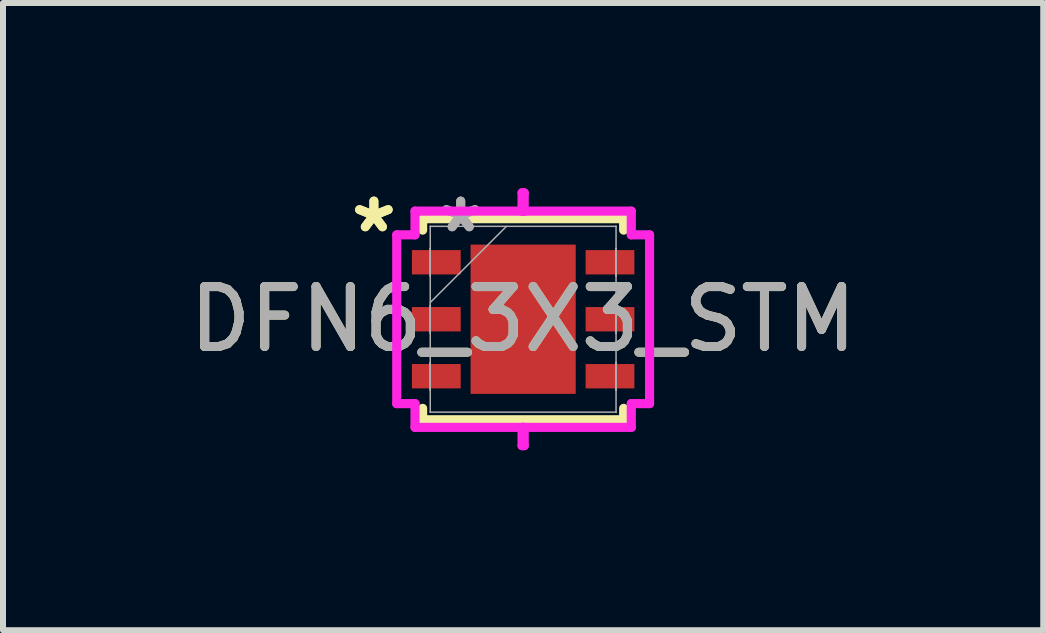
<source format=kicad_pcb>
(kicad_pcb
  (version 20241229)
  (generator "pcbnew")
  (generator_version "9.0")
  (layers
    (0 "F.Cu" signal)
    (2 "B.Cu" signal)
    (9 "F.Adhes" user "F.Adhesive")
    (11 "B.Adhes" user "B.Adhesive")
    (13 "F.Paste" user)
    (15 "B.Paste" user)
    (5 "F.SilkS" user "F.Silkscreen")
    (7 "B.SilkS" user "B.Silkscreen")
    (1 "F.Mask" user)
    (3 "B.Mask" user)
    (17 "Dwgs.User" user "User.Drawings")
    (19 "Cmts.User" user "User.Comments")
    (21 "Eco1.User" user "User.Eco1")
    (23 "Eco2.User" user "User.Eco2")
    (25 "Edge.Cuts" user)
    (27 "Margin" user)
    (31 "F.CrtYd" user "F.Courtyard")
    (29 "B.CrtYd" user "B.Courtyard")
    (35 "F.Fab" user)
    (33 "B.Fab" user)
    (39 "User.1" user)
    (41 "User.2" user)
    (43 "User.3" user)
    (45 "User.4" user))
  (footprint "DFN6_3X3_STM"
    (layer "F.Cu")
    (at 5.673 2.273)
    (property "Reference" "DFN6_3X3_STM" (at 0 0 0) (unlocked yes) (layer "F.SilkS") (effects (font (size 1 1) (thickness 0.15))))
    (attr smd)
    (fp_line (start -1.676 -1.676) (end -1.676 -1.486) (stroke (width 0.152) (type solid)) (layer "F.SilkS"))
    (fp_line (start -1.676 1.486) (end -1.676 1.676) (stroke (width 0.152) (type solid)) (layer "F.SilkS"))
    (fp_line (start -1.676 1.676) (end 1.676 1.676) (stroke (width 0.152) (type solid)) (layer "F.SilkS"))
    (fp_line (start 1.676 -1.676) (end -1.676 -1.676) (stroke (width 0.152) (type solid)) (layer "F.SilkS"))
    (fp_line (start 1.676 -1.486) (end 1.676 -1.676) (stroke (width 0.152) (type solid)) (layer "F.SilkS"))
    (fp_line (start 1.676 1.676) (end 1.676 1.486) (stroke (width 0.152) (type solid)) (layer "F.SilkS"))
    (fp_line (start -2.108 -1.407) (end -1.803 -1.407) (stroke (width 0.152) (type solid)) (layer "F.CrtYd"))
    (fp_line (start -2.108 1.407) (end -2.108 -1.407) (stroke (width 0.152) (type solid)) (layer "F.CrtYd"))
    (fp_line (start -1.803 -1.803) (end 0.018 -1.803) (stroke (width 0.152) (type solid)) (layer "F.CrtYd"))
    (fp_line (start -1.803 -1.407) (end -1.803 -1.803) (stroke (width 0.152) (type solid)) (layer "F.CrtYd"))
    (fp_line (start -1.803 1.407) (end -2.108 1.407) (stroke (width 0.152) (type solid)) (layer "F.CrtYd"))
    (fp_line (start -1.803 1.803) (end -1.803 1.407) (stroke (width 0.152) (type solid)) (layer "F.CrtYd"))
    (fp_line (start -0.018 -2.108) (end -0.018 -1.803) (stroke (width 0.152) (type solid)) (layer "F.CrtYd"))
    (fp_line (start -0.018 -1.803) (end 1.803 -1.803) (stroke (width 0.152) (type solid)) (layer "F.CrtYd"))
    (fp_line (start -0.018 1.803) (end -0.018 2.108) (stroke (width 0.152) (type solid)) (layer "F.CrtYd"))
    (fp_line (start -0.018 2.108) (end 0.018 2.108) (stroke (width 0.152) (type solid)) (layer "F.CrtYd"))
    (fp_line (start 0.018 -2.108) (end -0.018 -2.108) (stroke (width 0.152) (type solid)) (layer "F.CrtYd"))
    (fp_line (start 0.018 -1.803) (end 0.018 -2.108) (stroke (width 0.152) (type solid)) (layer "F.CrtYd"))
    (fp_line (start 0.018 1.803) (end -1.803 1.803) (stroke (width 0.152) (type solid)) (layer "F.CrtYd"))
    (fp_line (start 0.018 2.108) (end 0.018 1.803) (stroke (width 0.152) (type solid)) (layer "F.CrtYd"))
    (fp_line (start 1.803 -1.803) (end 1.803 -1.407) (stroke (width 0.152) (type solid)) (layer "F.CrtYd"))
    (fp_line (start 1.803 -1.407) (end 2.108 -1.407) (stroke (width 0.152) (type solid)) (layer "F.CrtYd"))
    (fp_line (start 1.803 1.407) (end 1.803 1.803) (stroke (width 0.152) (type solid)) (layer "F.CrtYd"))
    (fp_line (start 1.803 1.803) (end -0.018 1.803) (stroke (width 0.152) (type solid)) (layer "F.CrtYd"))
    (fp_line (start 2.108 -1.407) (end 2.108 1.407) (stroke (width 0.152) (type solid)) (layer "F.CrtYd"))
    (fp_line (start 2.108 1.407) (end 1.803 1.407) (stroke (width 0.152) (type solid)) (layer "F.CrtYd"))
    (fp_line (start -1.549 -1.549) (end -1.549 -1.549) (stroke (width 0.025) (type solid)) (layer "F.Fab"))
    (fp_line (start -1.549 -1.549) (end -1.549 1.549) (stroke (width 0.025) (type solid)) (layer "F.Fab"))
    (fp_line (start -1.549 -1.179) (end -1.549 -1.179) (stroke (width 0.025) (type solid)) (layer "F.Fab"))
    (fp_line (start -1.549 -1.179) (end -1.549 -0.721) (stroke (width 0.025) (type solid)) (layer "F.Fab"))
    (fp_line (start -1.549 -0.721) (end -1.549 -1.179) (stroke (width 0.025) (type solid)) (layer "F.Fab"))
    (fp_line (start -1.549 -0.721) (end -1.549 -0.721) (stroke (width 0.025) (type solid)) (layer "F.Fab"))
    (fp_line (start -1.549 -0.279) (end -0.279 -1.549) (stroke (width 0.025) (type solid)) (layer "F.Fab"))
    (fp_line (start -1.549 -0.229) (end -1.549 -0.229) (stroke (width 0.025) (type solid)) (layer "F.Fab"))
    (fp_line (start -1.549 -0.229) (end -1.549 0.229) (stroke (width 0.025) (type solid)) (layer "F.Fab"))
    (fp_line (start -1.549 0.229) (end -1.549 -0.229) (stroke (width 0.025) (type solid)) (layer "F.Fab"))
    (fp_line (start -1.549 0.229) (end -1.549 0.229) (stroke (width 0.025) (type solid)) (layer "F.Fab"))
    (fp_line (start -1.549 0.721) (end -1.549 0.721) (stroke (width 0.025) (type solid)) (layer "F.Fab"))
    (fp_line (start -1.549 0.721) (end -1.549 1.179) (stroke (width 0.025) (type solid)) (layer "F.Fab"))
    (fp_line (start -1.549 1.179) (end -1.549 0.721) (stroke (width 0.025) (type solid)) (layer "F.Fab"))
    (fp_line (start -1.549 1.179) (end -1.549 1.179) (stroke (width 0.025) (type solid)) (layer "F.Fab"))
    (fp_line (start -1.549 1.549) (end -1.549 1.549) (stroke (width 0.025) (type solid)) (layer "F.Fab"))
    (fp_line (start -1.549 1.549) (end 1.549 1.549) (stroke (width 0.025) (type solid)) (layer "F.Fab"))
    (fp_line (start 1.549 -1.549) (end -1.549 -1.549) (stroke (width 0.025) (type solid)) (layer "F.Fab"))
    (fp_line (start 1.549 -1.549) (end 1.549 -1.549) (stroke (width 0.025) (type solid)) (layer "F.Fab"))
    (fp_line (start 1.549 -1.179) (end 1.549 -1.179) (stroke (width 0.025) (type solid)) (layer "F.Fab"))
    (fp_line (start 1.549 -1.179) (end 1.549 -0.721) (stroke (width 0.025) (type solid)) (layer "F.Fab"))
    (fp_line (start 1.549 -0.721) (end 1.549 -1.179) (stroke (width 0.025) (type solid)) (layer "F.Fab"))
    (fp_line (start 1.549 -0.721) (end 1.549 -0.721) (stroke (width 0.025) (type solid)) (layer "F.Fab"))
    (fp_line (start 1.549 -0.229) (end 1.549 -0.229) (stroke (width 0.025) (type solid)) (layer "F.Fab"))
    (fp_line (start 1.549 -0.229) (end 1.549 0.229) (stroke (width 0.025) (type solid)) (layer "F.Fab"))
    (fp_line (start 1.549 0.229) (end 1.549 -0.229) (stroke (width 0.025) (type solid)) (layer "F.Fab"))
    (fp_line (start 1.549 0.229) (end 1.549 0.229) (stroke (width 0.025) (type solid)) (layer "F.Fab"))
    (fp_line (start 1.549 0.721) (end 1.549 0.721) (stroke (width 0.025) (type solid)) (layer "F.Fab"))
    (fp_line (start 1.549 0.721) (end 1.549 1.179) (stroke (width 0.025) (type solid)) (layer "F.Fab"))
    (fp_line (start 1.549 1.179) (end 1.549 0.721) (stroke (width 0.025) (type solid)) (layer "F.Fab"))
    (fp_line (start 1.549 1.179) (end 1.549 1.179) (stroke (width 0.025) (type solid)) (layer "F.Fab"))
    (fp_line (start 1.549 1.549) (end 1.549 -1.549) (stroke (width 0.025) (type solid)) (layer "F.Fab"))
    (fp_line (start 1.549 1.549) (end 1.549 1.549) (stroke (width 0.025) (type solid)) (layer "F.Fab"))
    (fp_text user "*" (at -2.489 -1.425 0) (unlocked yes) (layer "F.SilkS") (effects (font (size 1 1) (thickness 0.15))))
    (fp_text user "*" (at -2.489 -1.425 0) (layer "F.SilkS") (effects (font (size 1 1) (thickness 0.15))))
    (fp_text user "${REFERENCE}" (at 0 0 0) (unlocked yes) (layer "F.Fab") (effects (font (size 1 1) (thickness 0.15))))
    (fp_text user "*" (at -1.041 -1.425 0) (layer "F.Fab") (effects (font (size 1 1) (thickness 0.15))))
    (fp_text user "*" (at -1.041 -1.425 0) (unlocked yes) (layer "F.Fab") (effects (font (size 1 1) (thickness 0.15))))
    (pad "1" smd rect (at -1.448 -0.95 90) (size 0.406 0.813) (layers "F.Cu" "F.Mask" "F.Paste"))
    (pad "2" smd rect (at -1.448 0 90) (size 0.406 0.813) (layers "F.Cu" "F.Mask" "F.Paste"))
    (pad "3" smd rect (at -1.448 0.95 90) (size 0.406 0.813) (layers "F.Cu" "F.Mask" "F.Paste"))
    (pad "4" smd rect (at 1.448 0.95 90) (size 0.406 0.813) (layers "F.Cu" "F.Mask" "F.Paste"))
    (pad "5" smd rect (at 1.448 0 90) (size 0.406 0.813) (layers "F.Cu" "F.Mask" "F.Paste"))
    (pad "6" smd rect (at 1.448 -0.95 90) (size 0.406 0.813) (layers "F.Cu" "F.Mask" "F.Paste"))
    (pad "7" smd rect (at 0 0) (size 1.753 2.489) (layers "F.Cu" "F.Mask" "F.Paste")))
  (gr_rect
    (start -3 -3)
    (end 14.345 7.458)
    (stroke (width 0.1) (type default))
    (fill no)
    (layer "Edge.Cuts")))
</source>
